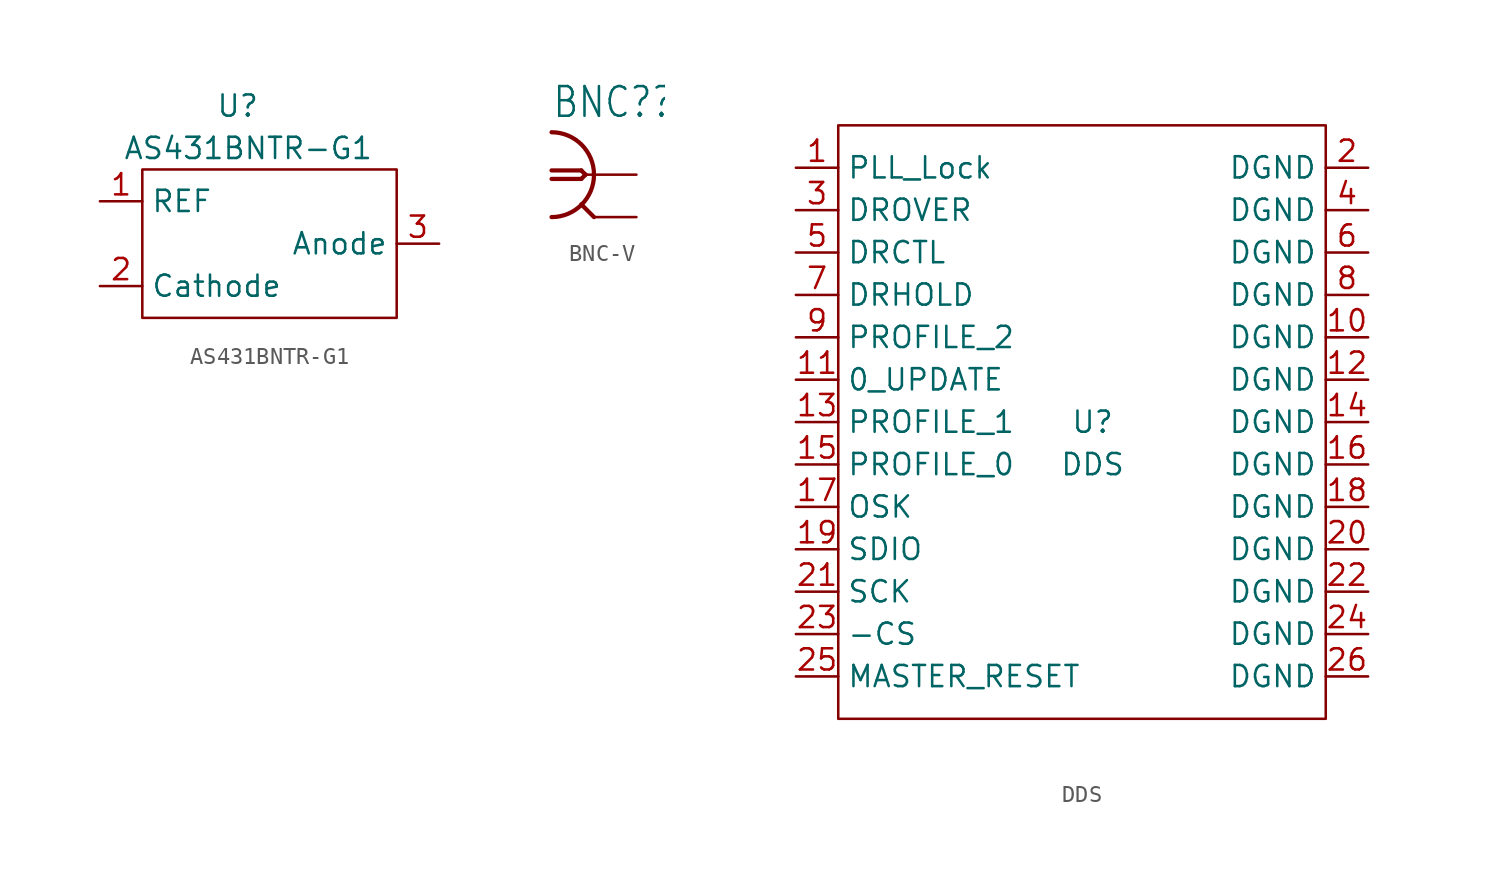
<source format=kicad_sym>
(kicad_symbol_lib
  (version 20211014)
  (generator kicad_symbol_editor)
  (symbol "AS431BNTR-G1"
    (property "Reference" "U"
      (at 0 9.525 0)
      (effects (font (size 1.27 1.27))))
    (property "Value" "AS431BNTR-G1"
      (at 0.635 6.985 0)
      (effects (font (size 1.27 1.27))))
    (symbol "AS431BNTR-G1_0_1"
      (rectangle (start -5.715 5.715) (end 9.525 -3.175) (stroke (width 0) (type default) (color 0 0 0 0)) (fill (type none))))
    (symbol "AS431BNTR-G1_1_0"
      (pin free line (at -8.255 3.81 0) (length 2.54) (name "REF" (effects (font (size 1.27 1.27)))) (number "1" (effects (font (size 1.27 1.27)))))
      (pin free line (at -8.255 -1.27 0) (length 2.54) (name "Cathode" (effects (font (size 1.27 1.27)))) (number "2" (effects (font (size 1.27 1.27)))))
      (pin free line (at 12.065 1.27 180) (length 2.54) (name "Anode" (effects (font (size 1.27 1.27)))) (number "3" (effects (font (size 1.27 1.27)))))))
  (symbol "BNC-V"
    (property "Reference" "BNC?"
      (at -2.54 3.302 0)
      (effects (font (size 1.778 1.511)) (justify left bottom)))
    (property "ki_locked" ""
      (at 0 0 0)
      (effects (font (size 1.27 1.27))))
    (symbol "BNC-V_1_0"
      (arc (start -2.54 -2.54) (mid 0 0) (end -2.54 2.54) (stroke (width 0.254) (type default) (color 0 0 0 0)) (fill (type none)))
      (polyline (pts (xy -2.54 0.254) (xy -0.762 0.254)) (stroke (width 0.254) (type default) (color 0 0 0 0)) (fill (type none)))
      (polyline (pts (xy -0.762 -0.254) (xy -2.54 -0.254)) (stroke (width 0.254) (type default) (color 0 0 0 0)) (fill (type none)))
      (polyline (pts (xy -0.762 0.254) (xy -0.508 0)) (stroke (width 0.254) (type default) (color 0 0 0 0)) (fill (type none)))
      (polyline (pts (xy -0.508 0) (xy -0.762 -0.254)) (stroke (width 0.254) (type default) (color 0 0 0 0)) (fill (type none)))
      (polyline (pts (xy 0 -2.54) (xy -0.762 -1.778)) (stroke (width 0.254) (type default) (color 0 0 0 0)) (fill (type none)))
      (polyline (pts (xy 0 0) (xy -0.508 0)) (stroke (width 0.152) (type default) (color 0 0 0 0)) (fill (type none)))
      (pin passive line (at 2.54 0 180) (length 2.54) (name "1" (effects (font (size 0 0)))) (number "1" (effects (font (size 0 0)))))
      (pin passive line (at 2.54 -2.54 180) (length 2.54) (name "2" (effects (font (size 0 0)))) (number "2" (effects (font (size 0 0)))))))
  (symbol "DDS"
    (property "Reference" "U"
      (at 0 0 0)
      (effects (font (size 1.27 1.27))))
    (property "Value" "DDS"
      (at 0 -2.54 0)
      (effects (font (size 1.27 1.27))))
    (symbol "DDS_0_1"
      (rectangle (start -15.24 17.78) (end 13.97 -17.78) (stroke (width 0) (type default) (color 0 0 0 0)) (fill (type none))))
    (symbol "DDS_1_0"
      (pin input line (at -17.78 5.08 0) (length 2.54) (name "PROFILE_2" (effects (font (size 1.27 1.27)))) (number "9" (effects (font (size 1.27 1.27))))))
    (symbol "DDS_1_1"
      (pin input line (at -17.78 15.24 0) (length 2.54) (name "PLL_Lock" (effects (font (size 1.27 1.27)))) (number "1" (effects (font (size 1.27 1.27)))))
      (pin input line (at 16.51 5.08 180) (length 2.54) (name "DGND" (effects (font (size 1.27 1.27)))) (number "10" (effects (font (size 1.27 1.27)))))
      (pin input line (at -17.78 2.54 0) (length 2.54) (name "0_UPDATE" (effects (font (size 1.27 1.27)))) (number "11" (effects (font (size 1.27 1.27)))))
      (pin input line (at 16.51 2.54 180) (length 2.54) (name "DGND" (effects (font (size 1.27 1.27)))) (number "12" (effects (font (size 1.27 1.27)))))
      (pin input line (at -17.78 0 0) (length 2.54) (name "PROFILE_1" (effects (font (size 1.27 1.27)))) (number "13" (effects (font (size 1.27 1.27)))))
      (pin input line (at 16.51 0 180) (length 2.54) (name "DGND" (effects (font (size 1.27 1.27)))) (number "14" (effects (font (size 1.27 1.27)))))
      (pin input line (at -17.78 -2.54 0) (length 2.54) (name "PROFILE_0" (effects (font (size 1.27 1.27)))) (number "15" (effects (font (size 1.27 1.27)))))
      (pin input line (at 16.51 -2.54 180) (length 2.54) (name "DGND" (effects (font (size 1.27 1.27)))) (number "16" (effects (font (size 1.27 1.27)))))
      (pin input line (at -17.78 -5.08 0) (length 2.54) (name "OSK" (effects (font (size 1.27 1.27)))) (number "17" (effects (font (size 1.27 1.27)))))
      (pin input line (at 16.51 -5.08 180) (length 2.54) (name "DGND" (effects (font (size 1.27 1.27)))) (number "18" (effects (font (size 1.27 1.27)))))
      (pin input line (at -17.78 -7.62 0) (length 2.54) (name "SDIO" (effects (font (size 1.27 1.27)))) (number "19" (effects (font (size 1.27 1.27)))))
      (pin input line (at 16.51 15.24 180) (length 2.54) (name "DGND" (effects (font (size 1.27 1.27)))) (number "2" (effects (font (size 1.27 1.27)))))
      (pin input line (at 16.51 -7.62 180) (length 2.54) (name "DGND" (effects (font (size 1.27 1.27)))) (number "20" (effects (font (size 1.27 1.27)))))
      (pin input line (at -17.78 -10.16 0) (length 2.54) (name "SCK" (effects (font (size 1.27 1.27)))) (number "21" (effects (font (size 1.27 1.27)))))
      (pin input line (at 16.51 -10.16 180) (length 2.54) (name "DGND" (effects (font (size 1.27 1.27)))) (number "22" (effects (font (size 1.27 1.27)))))
      (pin input line (at -17.78 -12.7 0) (length 2.54) (name "-CS" (effects (font (size 1.27 1.27)))) (number "23" (effects (font (size 1.27 1.27)))))
      (pin input line (at 16.51 -12.7 180) (length 2.54) (name "DGND" (effects (font (size 1.27 1.27)))) (number "24" (effects (font (size 1.27 1.27)))))
      (pin input line (at -17.78 -15.24 0) (length 2.54) (name "MASTER_RESET" (effects (font (size 1.27 1.27)))) (number "25" (effects (font (size 1.27 1.27)))))
      (pin input line (at 16.51 -15.24 180) (length 2.54) (name "DGND" (effects (font (size 1.27 1.27)))) (number "26" (effects (font (size 1.27 1.27)))))
      (pin input line (at -17.78 12.7 0) (length 2.54) (name "DROVER" (effects (font (size 1.27 1.27)))) (number "3" (effects (font (size 1.27 1.27)))))
      (pin input line (at 16.51 12.7 180) (length 2.54) (name "DGND" (effects (font (size 1.27 1.27)))) (number "4" (effects (font (size 1.27 1.27)))))
      (pin input line (at -17.78 10.16 0) (length 2.54) (name "DRCTL" (effects (font (size 1.27 1.27)))) (number "5" (effects (font (size 1.27 1.27)))))
      (pin input line (at 16.51 10.16 180) (length 2.54) (name "DGND" (effects (font (size 1.27 1.27)))) (number "6" (effects (font (size 1.27 1.27)))))
      (pin input line (at -17.78 7.62 0) (length 2.54) (name "DRHOLD" (effects (font (size 1.27 1.27)))) (number "7" (effects (font (size 1.27 1.27)))))
      (pin input line (at 16.51 7.62 180) (length 2.54) (name "DGND" (effects (font (size 1.27 1.27)))) (number "8" (effects (font (size 1.27 1.27))))))))
</source>
